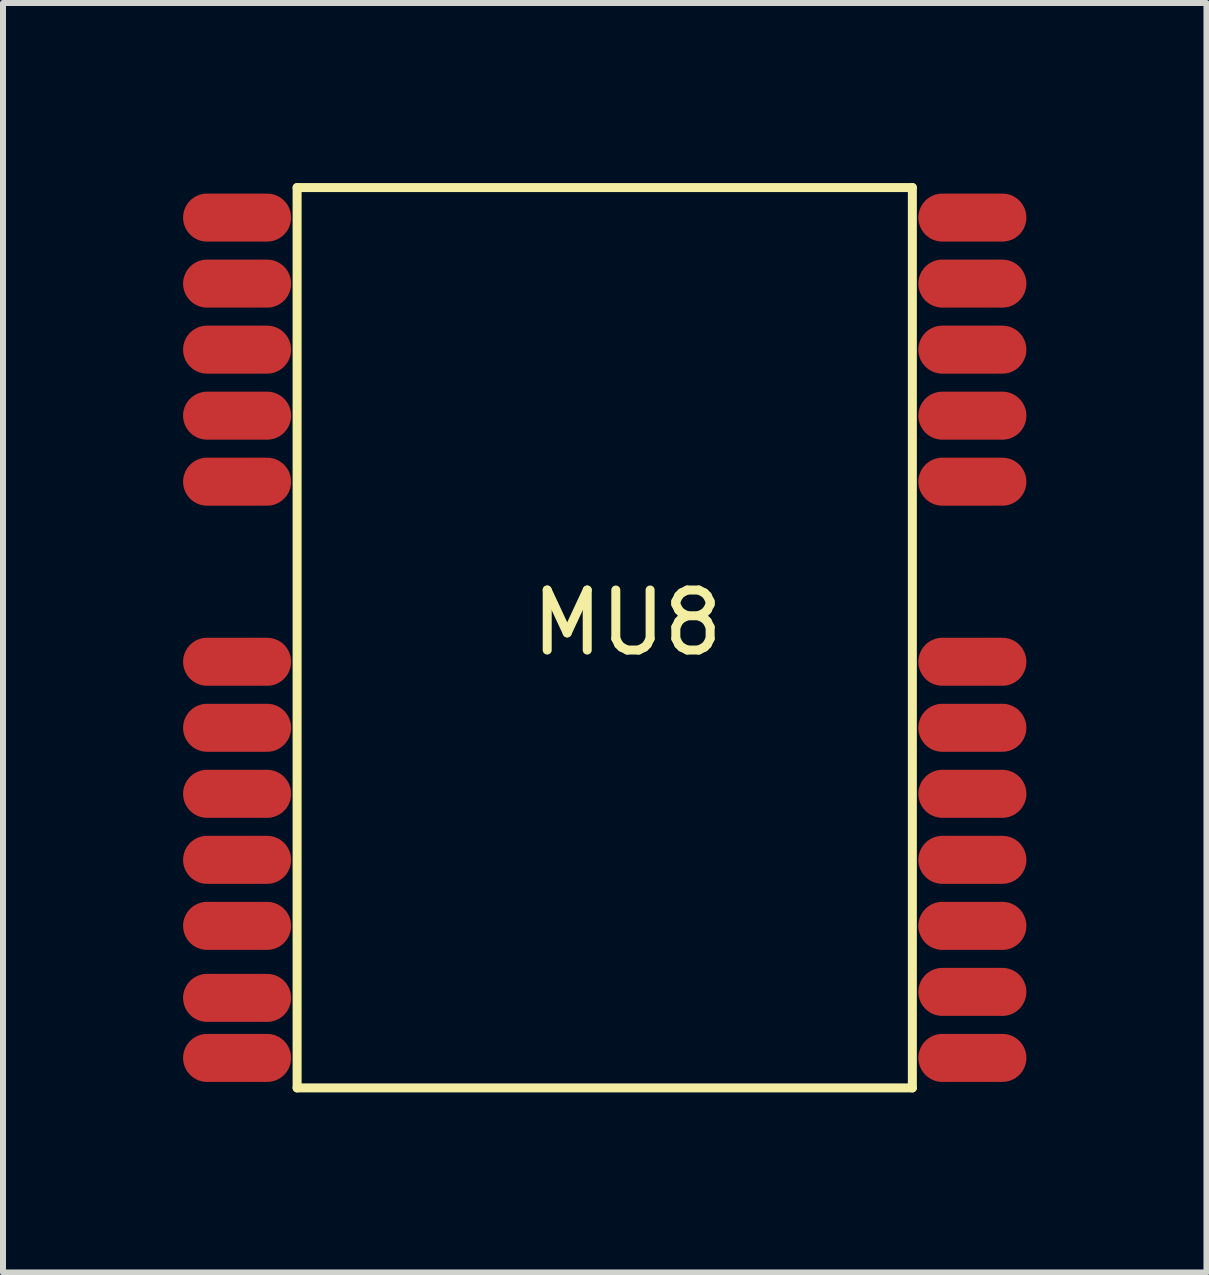
<source format=kicad_pcb>
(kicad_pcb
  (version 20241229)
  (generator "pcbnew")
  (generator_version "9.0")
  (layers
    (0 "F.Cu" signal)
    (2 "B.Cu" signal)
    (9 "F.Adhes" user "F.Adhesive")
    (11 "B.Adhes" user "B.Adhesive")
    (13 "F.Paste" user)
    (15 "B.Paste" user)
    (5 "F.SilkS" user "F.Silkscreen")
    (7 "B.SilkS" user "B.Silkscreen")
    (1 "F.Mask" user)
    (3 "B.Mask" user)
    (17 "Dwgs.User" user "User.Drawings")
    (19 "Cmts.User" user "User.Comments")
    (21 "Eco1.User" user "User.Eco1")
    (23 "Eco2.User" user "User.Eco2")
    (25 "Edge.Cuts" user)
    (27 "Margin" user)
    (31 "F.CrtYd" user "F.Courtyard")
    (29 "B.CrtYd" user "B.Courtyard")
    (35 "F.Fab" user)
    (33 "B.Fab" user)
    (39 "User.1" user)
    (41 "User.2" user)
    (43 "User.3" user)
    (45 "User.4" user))
  (footprint "MU8"
    (layer "F.Cu")
    (at 13.15 14.575)
    (property "Reference" "MU8" (at -5.75 -7.25 0) (layer "F.SilkS") (effects (font (size 1 1) (thickness 0.15))))
    (attr through_hole)
    (fp_line (start -11.25 -14.5) (end -11.25 0.5) (stroke (width 0.15) (type solid)) (layer "F.SilkS"))
    (fp_line (start -11.25 0.5) (end -1 0.5) (stroke (width 0.15) (type solid)) (layer "F.SilkS"))
    (fp_line (start -1 -14.5) (end -11.25 -14.5) (stroke (width 0.15) (type solid)) (layer "F.SilkS"))
    (fp_line (start -1 -14.5) (end -1 0.5) (stroke (width 0.15) (type solid)) (layer "F.SilkS"))
    (pad "1" smd oval (at 0 0) (size 1.8 0.8) (layers "F.Cu" "F.Mask" "F.Paste"))
    (pad "2" smd oval (at 0 -1.1) (size 1.8 0.8) (layers "F.Cu" "F.Mask" "F.Paste"))
    (pad "3" smd oval (at 0 -2.2) (size 1.8 0.8) (layers "F.Cu" "F.Mask" "F.Paste"))
    (pad "4" smd oval (at 0 -3.3) (size 1.8 0.8) (layers "F.Cu" "F.Mask" "F.Paste"))
    (pad "5" smd oval (at 0 -4.4) (size 1.8 0.8) (layers "F.Cu" "F.Mask" "F.Paste"))
    (pad "6" smd oval (at 0 -5.5) (size 1.8 0.8) (layers "F.Cu" "F.Mask" "F.Paste"))
    (pad "7" smd oval (at 0 -6.6) (size 1.8 0.8) (layers "F.Cu" "F.Mask" "F.Paste"))
    (pad "8" smd oval (at 0 -9.6) (size 1.8 0.8) (layers "F.Cu" "F.Mask" "F.Paste"))
    (pad "9" smd oval (at 0 -10.7) (size 1.8 0.8) (layers "F.Cu" "F.Mask" "F.Paste"))
    (pad "10" smd oval (at 0 -11.8) (size 1.8 0.8) (layers "F.Cu" "F.Mask" "F.Paste"))
    (pad "11" smd oval (at 0 -12.9) (size 1.8 0.8) (layers "F.Cu" "F.Mask" "F.Paste"))
    (pad "12" smd oval (at 0 -14) (size 1.8 0.8) (layers "F.Cu" "F.Mask" "F.Paste"))
    (pad "13" smd oval (at -12.25 -14) (size 1.8 0.8) (layers "F.Cu" "F.Mask" "F.Paste"))
    (pad "14" smd oval (at -12.25 -12.9) (size 1.8 0.8) (layers "F.Cu" "F.Mask" "F.Paste"))
    (pad "15" smd oval (at -12.25 -11.8) (size 1.8 0.8) (layers "F.Cu" "F.Mask" "F.Paste"))
    (pad "16" smd oval (at -12.25 -10.7) (size 1.8 0.8) (layers "F.Cu" "F.Mask" "F.Paste"))
    (pad "17" smd oval (at -12.25 -9.6) (size 1.8 0.8) (layers "F.Cu" "F.Mask" "F.Paste"))
    (pad "18" smd oval (at -12.25 -6.6) (size 1.8 0.8) (layers "F.Cu" "F.Mask" "F.Paste"))
    (pad "19" smd oval (at -12.25 -5.5) (size 1.8 0.8) (layers "F.Cu" "F.Mask" "F.Paste"))
    (pad "20" smd oval (at -12.25 -4.4) (size 1.8 0.8) (layers "F.Cu" "F.Mask" "F.Paste"))
    (pad "21" smd oval (at -12.25 -3.3) (size 1.8 0.8) (layers "F.Cu" "F.Mask" "F.Paste"))
    (pad "22" smd oval (at -12.25 -2.2) (size 1.8 0.8) (layers "F.Cu" "F.Mask" "F.Paste"))
    (pad "23" smd oval (at -12.25 -1) (size 1.8 0.8) (layers "F.Cu" "F.Mask" "F.Paste"))
    (pad "24" smd oval (at -12.25 0) (size 1.8 0.8) (layers "F.Cu" "F.Mask" "F.Paste")))
  (gr_rect
    (start -3 -3)
    (end 17.05 18.15)
    (stroke (width 0.1) (type default))
    (fill no)
    (layer "Edge.Cuts")))
</source>
